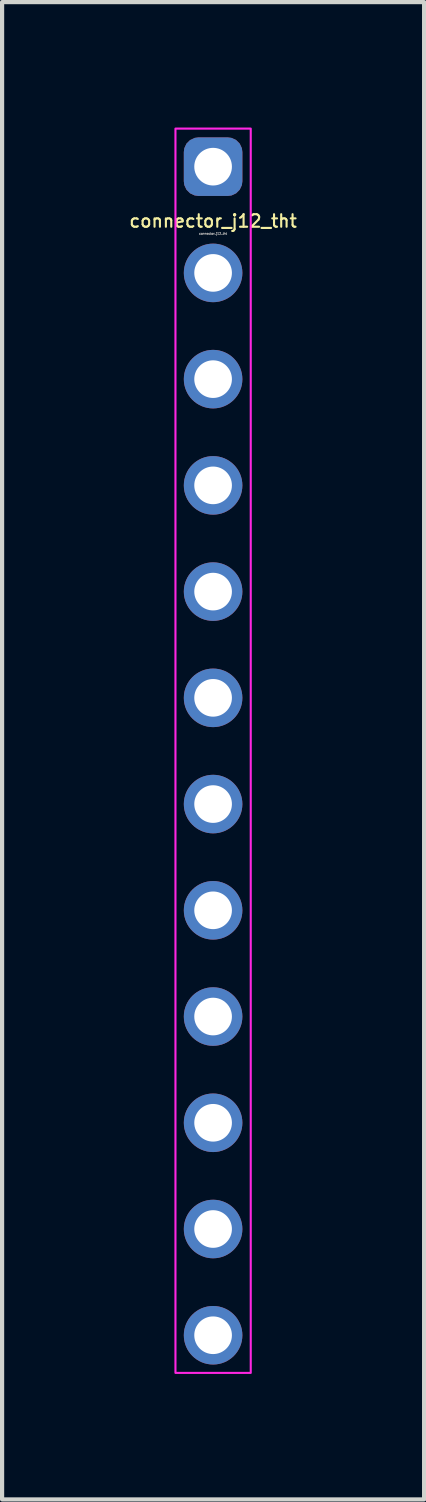
<source format=kicad_pcb>
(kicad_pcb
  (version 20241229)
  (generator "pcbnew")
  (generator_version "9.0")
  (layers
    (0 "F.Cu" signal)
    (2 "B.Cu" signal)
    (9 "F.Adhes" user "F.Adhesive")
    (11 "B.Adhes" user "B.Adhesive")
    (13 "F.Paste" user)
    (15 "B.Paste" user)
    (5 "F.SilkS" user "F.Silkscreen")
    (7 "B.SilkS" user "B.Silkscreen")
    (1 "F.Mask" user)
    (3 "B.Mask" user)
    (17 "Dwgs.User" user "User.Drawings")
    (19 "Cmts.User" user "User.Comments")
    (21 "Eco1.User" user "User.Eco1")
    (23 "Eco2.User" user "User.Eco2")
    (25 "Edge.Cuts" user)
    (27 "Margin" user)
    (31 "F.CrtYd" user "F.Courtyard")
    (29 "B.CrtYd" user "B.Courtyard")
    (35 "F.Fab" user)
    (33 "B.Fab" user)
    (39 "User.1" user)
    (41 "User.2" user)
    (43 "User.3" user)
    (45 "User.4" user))
  (footprint "connector_j12_tht"
    (layer "F.Cu")
    (at 2.045 0.935)
    (property "Reference" "connector_j12_tht" (at 0 1.3 0) (unlocked yes) (layer "F.SilkS") (effects (font (size 0.3 0.3) (thickness 0.05) (bold yes))))
    (attr smd)
    (fp_rect (start -0.9 -0.91) (end 0.9 28.84) (stroke (width 0.05) (type solid)) (fill no) (layer "F.CrtYd"))
    (fp_text user "${REFERENCE}" (at 0 1.6 0) (unlocked yes) (layer "F.Fab") (effects (font (size 0.05 0.05) (thickness 0.013))))
    (pad "1" thru_hole roundrect (at 0 0 90) (size 1.4 1.4) (drill 0.9) (layers "*.Cu" "*.Mask") (roundrect_rratio 0.25))
    (pad "2" thru_hole circle (at 0 2.54 90) (size 1.4 1.4) (drill 0.9) (layers "*.Cu" "*.Mask"))
    (pad "3" thru_hole circle (at 0 5.08 90) (size 1.4 1.4) (drill 0.9) (layers "*.Cu" "*.Mask"))
    (pad "4" thru_hole circle (at 0 7.62 90) (size 1.4 1.4) (drill 0.9) (layers "*.Cu" "*.Mask"))
    (pad "5" thru_hole circle (at 0 10.16 90) (size 1.4 1.4) (drill 0.9) (layers "*.Cu" "*.Mask"))
    (pad "6" thru_hole circle (at 0 12.7 90) (size 1.4 1.4) (drill 0.9) (layers "*.Cu" "*.Mask"))
    (pad "7" thru_hole circle (at 0 15.24 90) (size 1.4 1.4) (drill 0.9) (layers "*.Cu" "*.Mask"))
    (pad "8" thru_hole circle (at 0 17.78 90) (size 1.4 1.4) (drill 0.9) (layers "*.Cu" "*.Mask"))
    (pad "9" thru_hole circle (at 0 20.32 90) (size 1.4 1.4) (drill 0.9) (layers "*.Cu" "*.Mask"))
    (pad "10" thru_hole circle (at 0 22.86 90) (size 1.4 1.4) (drill 0.9) (layers "*.Cu" "*.Mask"))
    (pad "11" thru_hole circle (at 0 25.4 90) (size 1.4 1.4) (drill 0.9) (layers "*.Cu" "*.Mask"))
    (pad "12" thru_hole circle (at 0 27.94 90) (size 1.4 1.4) (drill 0.9) (layers "*.Cu" "*.Mask")))
  (gr_rect
    (start -3 -3)
    (end 7.09 32.8)
    (stroke (width 0.1) (type default))
    (fill no)
    (layer "Edge.Cuts")))
</source>
